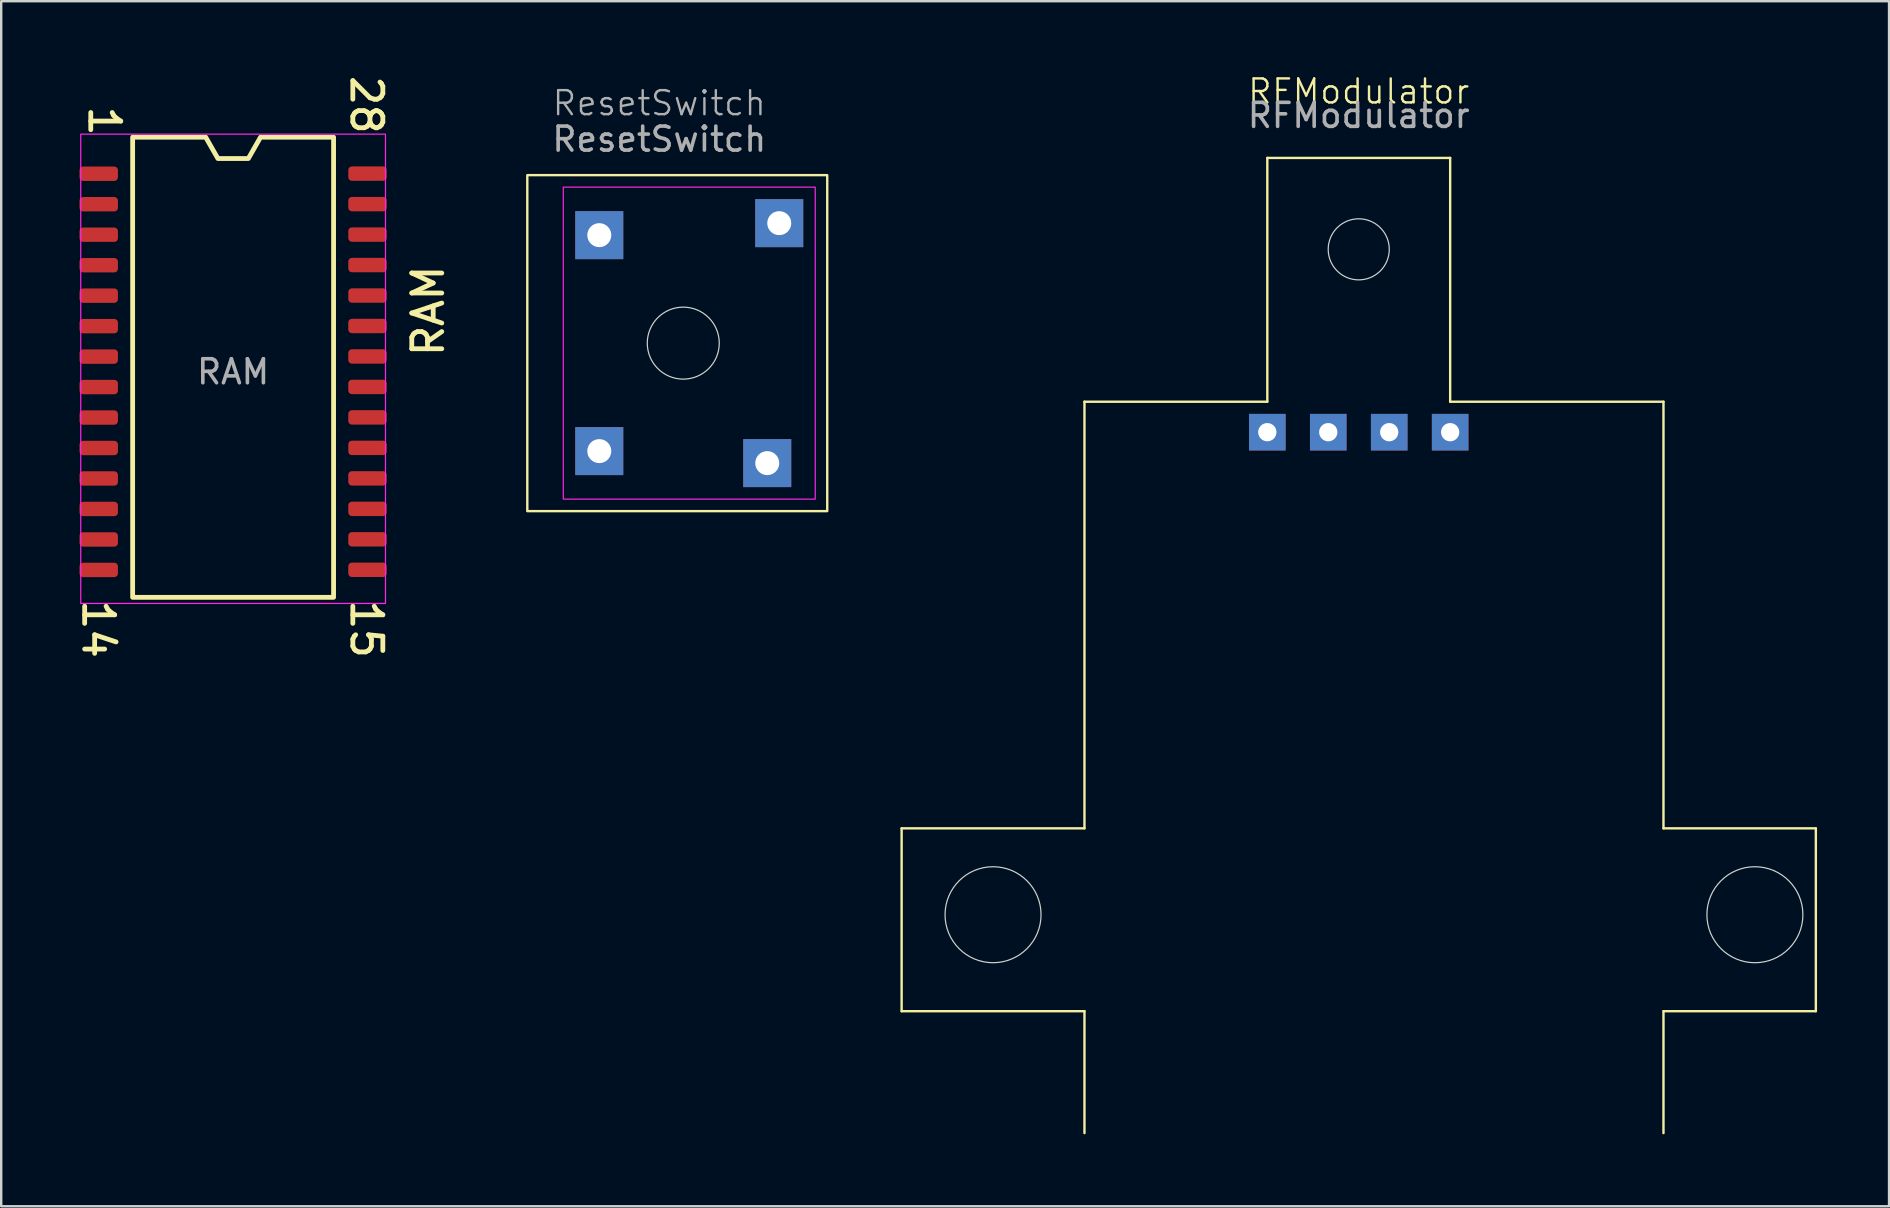
<source format=kicad_pcb>
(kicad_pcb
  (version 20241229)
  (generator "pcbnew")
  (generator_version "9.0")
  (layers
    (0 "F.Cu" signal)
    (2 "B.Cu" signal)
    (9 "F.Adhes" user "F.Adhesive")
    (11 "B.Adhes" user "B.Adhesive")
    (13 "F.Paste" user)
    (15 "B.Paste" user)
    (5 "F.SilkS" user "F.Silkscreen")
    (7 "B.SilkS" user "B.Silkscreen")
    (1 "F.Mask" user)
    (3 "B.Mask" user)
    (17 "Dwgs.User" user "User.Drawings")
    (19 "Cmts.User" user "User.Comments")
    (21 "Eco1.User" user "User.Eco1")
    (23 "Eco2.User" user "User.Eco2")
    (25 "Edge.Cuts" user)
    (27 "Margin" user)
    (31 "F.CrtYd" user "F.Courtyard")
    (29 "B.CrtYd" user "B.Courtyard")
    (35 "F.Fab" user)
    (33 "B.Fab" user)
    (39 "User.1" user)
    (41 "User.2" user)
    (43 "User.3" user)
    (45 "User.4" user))
  (footprint "RFModulator"
    (layer "F.Cu")
    (at 53.575 6.071)
    (property "Reference" "RFModulator" (at 0 -5.31 0) (unlocked yes) (layer "F.SilkS") (effects (font (size 1 1) (thickness 0.1))))
    (attr through_hole)
    (fp_rect (start -3.81 -2.54) (end 3.81 7.62) (stroke (width 0.1) (type solid)) (fill yes) (layer "F.Mask"))
    (fp_poly (pts (xy -11.43 38.1) (xy -11.43 7.62) (xy -6.35 7.62) (xy -6.35 10.16) (xy 6.35 10.16) (xy 6.35 7.62) (xy 12.7 7.62) (xy 12.7 38.1)) (stroke (width 0.1) (type solid)) (fill yes) (layer "F.Mask"))
    (fp_line (start -19.05 25.4) (end -19.05 33.02) (stroke (width 0.1) (type default)) (layer "F.SilkS"))
    (fp_line (start -19.05 33.02) (end -11.43 33.02) (stroke (width 0.1) (type default)) (layer "F.SilkS"))
    (fp_line (start -11.43 7.62) (end -11.43 25.4) (stroke (width 0.1) (type default)) (layer "F.SilkS"))
    (fp_line (start -11.43 25.4) (end -19.05 25.4) (stroke (width 0.1) (type default)) (layer "F.SilkS"))
    (fp_line (start -11.43 33.02) (end -11.43 38.1) (stroke (width 0.1) (type default)) (layer "F.SilkS"))
    (fp_line (start -3.81 -2.54) (end -3.81 7.62) (stroke (width 0.1) (type default)) (layer "F.SilkS"))
    (fp_line (start -3.81 -2.54) (end 3.81 -2.54) (stroke (width 0.1) (type default)) (layer "F.SilkS"))
    (fp_line (start -3.81 7.62) (end -11.43 7.62) (stroke (width 0.1) (type default)) (layer "F.SilkS"))
    (fp_line (start 3.81 -2.54) (end 3.81 7.62) (stroke (width 0.1) (type default)) (layer "F.SilkS"))
    (fp_line (start 3.81 7.62) (end 12.7 7.62) (stroke (width 0.1) (type default)) (layer "F.SilkS"))
    (fp_line (start 12.7 7.62) (end 12.7 25.4) (stroke (width 0.1) (type default)) (layer "F.SilkS"))
    (fp_line (start 12.7 25.4) (end 19.05 25.4) (stroke (width 0.1) (type default)) (layer "F.SilkS"))
    (fp_line (start 12.7 33.02) (end 12.7 38.1) (stroke (width 0.1) (type default)) (layer "F.SilkS"))
    (fp_line (start 19.05 25.4) (end 19.05 33.02) (stroke (width 0.1) (type default)) (layer "F.SilkS"))
    (fp_line (start 19.05 33.02) (end 12.7 33.02) (stroke (width 0.1) (type default)) (layer "F.SilkS"))
    (fp_circle (center -15.24 29) (end -13.24 29) (stroke (width 0.05) (type default)) (fill no) (layer "Edge.Cuts"))
    (fp_circle (center 0 1.27) (end 1.27 1.35) (stroke (width 0.05) (type default)) (fill no) (layer "Edge.Cuts"))
    (fp_circle (center 16.51 29) (end 18.51 29) (stroke (width 0.05) (type default)) (fill no) (layer "Edge.Cuts"))
    (fp_text user "${REFERENCE}" (at 0 -4.31 0) (unlocked yes) (layer "F.Fab") (effects (font (size 1 1) (thickness 0.15))))
    (pad "1" thru_hole rect (at -3.81 8.89) (size 1.524 1.524) (drill 0.762) (layers "*.Cu" "*.Mask"))
    (pad "2" thru_hole rect (at -1.27 8.89) (size 1.524 1.524) (drill 0.762) (layers "*.Cu" "*.Mask"))
    (pad "3" thru_hole rect (at 1.27 8.89) (size 1.524 1.524) (drill 0.762) (layers "*.Cu" "*.Mask"))
    (pad "4" thru_hole rect (at 3.81 8.89) (size 1.524 1.524) (drill 0.762) (layers "*.Cu" "*.Mask")))
  (footprint "RAM"
    (layer "F.Cu")
    (at 6.665 12.446)
    (property "Reference" "RAM" (at 8.128 -2.54 270) (layer "F.SilkS") (effects (font (size 1.25 1.25) (thickness 0.2) (bold yes))))
    (attr smd)
    (fp_poly (pts (xy -4.187 -9.779) (xy -4.187 9.398) (xy 4.187 9.398) (xy 4.187 -9.779) (xy 1.143 -9.779) (xy 0.635 -8.89) (xy -0.635 -8.89) (xy -1.143 -9.779)) (stroke (width 0.2) (type solid)) (fill no) (layer "F.SilkS"))
    (fp_rect (start -6.35 -9.906) (end 6.35 9.652) (stroke (width 0.05) (type default)) (fill no) (layer "F.CrtYd"))
    (fp_text user "1" (at -6.096 -11.176 270) (unlocked yes) (layer "F.SilkS") (effects (font (size 1.25 1.25) (thickness 0.2)) (justify left bottom)))
    (fp_text user "15" (at 4.826 9.398 270) (unlocked yes) (layer "F.SilkS") (effects (font (size 1.25 1.25) (thickness 0.2)) (justify left bottom)))
    (fp_text user "14" (at -6.35 9.398 270) (unlocked yes) (layer "F.SilkS") (effects (font (size 1.25 1.25) (thickness 0.2)) (justify left bottom)))
    (fp_text user "28" (at 4.826 -12.446 270) (unlocked yes) (layer "F.SilkS") (effects (font (size 1.25 1.25) (thickness 0.2)) (justify left bottom)))
    (fp_text user "${REFERENCE}" (at 0 0 0) (layer "F.Fab") (effects (font (size 1 1) (thickness 0.15))))
    (pad "1" smd roundrect (at -5.6 -8.255) (size 1.6 0.6) (layers "F.Cu" "F.Mask" "F.Paste") (roundrect_rratio 0.25))
    (pad "2" smd roundrect (at -5.6 -6.985) (size 1.6 0.6) (layers "F.Cu" "F.Mask" "F.Paste") (roundrect_rratio 0.25))
    (pad "3" smd roundrect (at -5.6 -5.715) (size 1.6 0.6) (layers "F.Cu" "F.Mask" "F.Paste") (roundrect_rratio 0.25))
    (pad "4" smd roundrect (at -5.6 -4.445) (size 1.6 0.6) (layers "F.Cu" "F.Mask" "F.Paste") (roundrect_rratio 0.25))
    (pad "5" smd roundrect (at -5.6 -3.175) (size 1.6 0.6) (layers "F.Cu" "F.Mask" "F.Paste") (roundrect_rratio 0.25))
    (pad "6" smd roundrect (at -5.6 -1.905) (size 1.6 0.6) (layers "F.Cu" "F.Mask" "F.Paste") (roundrect_rratio 0.25))
    (pad "7" smd roundrect (at -5.6 -0.635) (size 1.6 0.6) (layers "F.Cu" "F.Mask" "F.Paste") (roundrect_rratio 0.25))
    (pad "8" smd roundrect (at -5.6 0.635) (size 1.6 0.6) (layers "F.Cu" "F.Mask" "F.Paste") (roundrect_rratio 0.25))
    (pad "9" smd roundrect (at -5.6 1.905) (size 1.6 0.6) (layers "F.Cu" "F.Mask" "F.Paste") (roundrect_rratio 0.25))
    (pad "10" smd roundrect (at -5.6 3.175) (size 1.6 0.6) (layers "F.Cu" "F.Mask" "F.Paste") (roundrect_rratio 0.25))
    (pad "11" smd roundrect (at -5.6 4.445) (size 1.6 0.6) (layers "F.Cu" "F.Mask" "F.Paste") (roundrect_rratio 0.25))
    (pad "12" smd roundrect (at -5.6 5.715) (size 1.6 0.6) (layers "F.Cu" "F.Mask" "F.Paste") (roundrect_rratio 0.25))
    (pad "13" smd roundrect (at -5.6 6.985) (size 1.6 0.6) (layers "F.Cu" "F.Mask" "F.Paste") (roundrect_rratio 0.25))
    (pad "14" smd roundrect (at -5.6 8.255) (size 1.6 0.6) (layers "F.Cu" "F.Mask" "F.Paste") (roundrect_rratio 0.25))
    (pad "15" smd roundrect (at 5.6 8.25) (size 1.6 0.6) (layers "F.Cu" "F.Mask" "F.Paste") (roundrect_rratio 0.25))
    (pad "16" smd roundrect (at 5.6 6.98) (size 1.6 0.6) (layers "F.Cu" "F.Mask" "F.Paste") (roundrect_rratio 0.25))
    (pad "17" smd roundrect (at 5.6 5.71) (size 1.6 0.6) (layers "F.Cu" "F.Mask" "F.Paste") (roundrect_rratio 0.25))
    (pad "18" smd roundrect (at 5.6 4.44) (size 1.6 0.6) (layers "F.Cu" "F.Mask" "F.Paste") (roundrect_rratio 0.25))
    (pad "19" smd roundrect (at 5.6 3.17) (size 1.6 0.6) (layers "F.Cu" "F.Mask" "F.Paste") (roundrect_rratio 0.25))
    (pad "20" smd roundrect (at 5.6 1.9) (size 1.6 0.6) (layers "F.Cu" "F.Mask" "F.Paste") (roundrect_rratio 0.25))
    (pad "21" smd roundrect (at 5.6 0.63) (size 1.6 0.6) (layers "F.Cu" "F.Mask" "F.Paste") (roundrect_rratio 0.25))
    (pad "22" smd roundrect (at 5.6 -0.64) (size 1.6 0.6) (layers "F.Cu" "F.Mask" "F.Paste") (roundrect_rratio 0.25))
    (pad "23" smd roundrect (at 5.6 -1.91) (size 1.6 0.6) (layers "F.Cu" "F.Mask" "F.Paste") (roundrect_rratio 0.25))
    (pad "24" smd roundrect (at 5.6 -3.18) (size 1.6 0.6) (layers "F.Cu" "F.Mask" "F.Paste") (roundrect_rratio 0.25))
    (pad "25" smd roundrect (at 5.6 -4.45) (size 1.6 0.6) (layers "F.Cu" "F.Mask" "F.Paste") (roundrect_rratio 0.25))
    (pad "26" smd roundrect (at 5.6 -5.72) (size 1.6 0.6) (layers "F.Cu" "F.Mask" "F.Paste") (roundrect_rratio 0.25))
    (pad "27" smd roundrect (at 5.6 -6.99) (size 1.6 0.6) (layers "F.Cu" "F.Mask" "F.Paste") (roundrect_rratio 0.25))
    (pad "28" smd roundrect (at 5.6 -8.26) (size 1.6 0.6) (layers "F.Cu" "F.Mask" "F.Paste") (roundrect_rratio 0.25)))
  (footprint "ResetSwitch"
    (layer "F.Cu")
    (at 24.425 0.25)
    (property "Reference" "ResetSwitch" (at 0 1 0) (unlocked yes) (layer "F.Fab") (effects (font (size 1 1) (thickness 0.1))))
    (attr through_hole)
    (fp_rect (start -5.5 4) (end 7 18) (stroke (width 0.1) (type default)) (fill no) (layer "F.SilkS"))
    (fp_circle (center 1 11) (end 2.5 11) (stroke (width 0.05) (type default)) (fill no) (layer "Edge.Cuts"))
    (fp_rect (start -4 4.5) (end 6.5 17.5) (stroke (width 0.05) (type default)) (fill no) (layer "F.CrtYd"))
    (fp_text user "${REFERENCE}" (at 0 2.5 0) (unlocked yes) (layer "F.Fab") (effects (font (size 1 1) (thickness 0.15))))
    (pad "1" thru_hole rect (at 4.5 16) (size 2 2) (drill 1) (layers "*.Cu" "*.Mask"))
    (pad "2" thru_hole rect (at 5 6) (size 2 2) (drill 1) (layers "*.Cu" "*.Mask"))
    (pad "3" thru_hole rect (at -2.5 6.5) (size 2 2) (drill 1) (layers "*.Cu" "*.Mask"))
    (pad "4" thru_hole rect (at -2.5 15.5) (size 2 2) (drill 1) (layers "*.Cu" "*.Mask")))
  (gr_rect
    (start -3 -3)
    (end 75.675 47.221)
    (stroke (width 0.1) (type default))
    (fill no)
    (layer "Edge.Cuts")))
</source>
